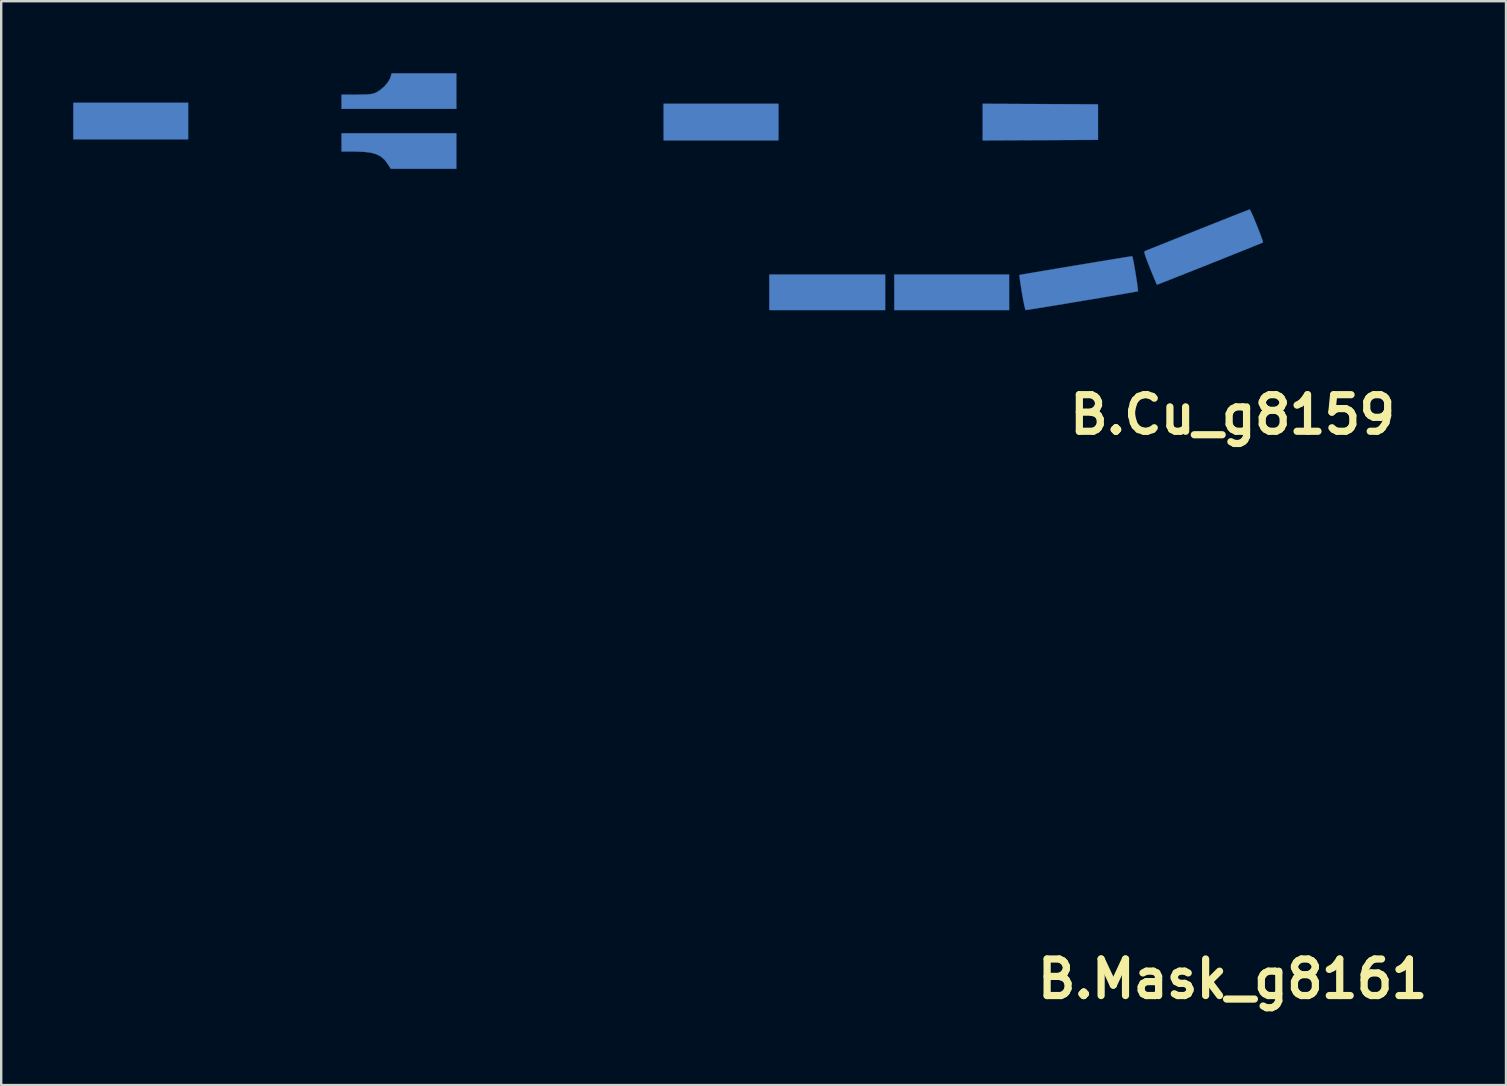
<source format=kicad_pcb>
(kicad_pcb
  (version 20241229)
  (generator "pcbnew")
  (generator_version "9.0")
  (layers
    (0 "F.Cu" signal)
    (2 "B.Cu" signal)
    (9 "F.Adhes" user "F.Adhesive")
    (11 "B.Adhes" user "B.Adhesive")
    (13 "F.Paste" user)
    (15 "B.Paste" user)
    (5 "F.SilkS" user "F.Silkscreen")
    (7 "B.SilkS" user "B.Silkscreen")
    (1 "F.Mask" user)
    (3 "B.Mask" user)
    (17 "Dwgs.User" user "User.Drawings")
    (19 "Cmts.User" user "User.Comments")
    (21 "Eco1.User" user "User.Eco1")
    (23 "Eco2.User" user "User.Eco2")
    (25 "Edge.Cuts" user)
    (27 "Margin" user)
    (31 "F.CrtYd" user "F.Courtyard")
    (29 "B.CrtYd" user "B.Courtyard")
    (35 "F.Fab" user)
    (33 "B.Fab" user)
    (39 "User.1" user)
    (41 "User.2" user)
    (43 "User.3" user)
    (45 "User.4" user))
  (footprint "B.Mask_g8161"
    (layer "F.Cu")
    (at 48.307 37.74)
    (property "Reference" "B.Mask_g8161" (at 0 0 0) (layer "F.SilkS") (effects (font (size 1.524 1.524) (thickness 0.3))))
    (attr through_hole)
    (fp_poly (pts (xy -18.923 -11.43) (xy -23.707 -11.43) (xy -23.707 -12.954) (xy -18.923 -12.954) (xy -18.923 -11.43)) (stroke (width 0.01) (type solid)) (fill yes) (layer "B.Mask"))
    (fp_poly (pts (xy -14.478 -4.36) (xy -19.304 -4.36) (xy -19.304 -5.842) (xy -14.478 -5.842) (xy -14.478 -4.36)) (stroke (width 0.01) (type solid)) (fill yes) (layer "B.Mask"))
    (fp_poly (pts (xy -9.313 -4.36) (xy -14.097 -4.36) (xy -14.097 -5.842) (xy -9.313 -5.842) (xy -9.313 -4.36)) (stroke (width 0.01) (type solid)) (fill yes) (layer "B.Mask"))
    (fp_poly (pts (xy -5.63 -11.43) (xy -10.414 -11.43) (xy -10.414 -12.954) (xy -5.63 -12.954) (xy -5.63 -11.43)) (stroke (width 0.01) (type solid)) (fill yes) (layer "B.Mask"))
    (fp_poly (pts (xy -4.169 -6.565) (xy -4.146 -6.458) (xy -4.115 -6.301) (xy -4.081 -6.108) (xy -4.045 -5.898) (xy -4.011 -5.685) (xy -3.982 -5.487) (xy -3.958 -5.321) (xy -3.945 -5.201) (xy -3.944 -5.145) (xy -3.944 -5.143) (xy -3.988 -5.133) (xy -4.105 -5.112) (xy -4.288 -5.079) (xy -4.527 -5.038) (xy -4.813 -4.989) (xy -5.136 -4.934) (xy -5.488 -4.874) (xy -5.86 -4.812) (xy -6.241 -4.748) (xy -6.624 -4.684) (xy -6.998 -4.621) (xy -7.355 -4.562) (xy -7.686 -4.508) (xy -7.981 -4.46) (xy -8.231 -4.419) (xy -8.428 -4.388) (xy -8.561 -4.368) (xy -8.622 -4.36) (xy -8.623 -4.36) (xy -8.642 -4.4) (xy -8.67 -4.51) (xy -8.705 -4.676) (xy -8.745 -4.886) (xy -8.779 -5.084) (xy -8.816 -5.32) (xy -8.848 -5.526) (xy -8.87 -5.687) (xy -8.882 -5.79) (xy -8.883 -5.821) (xy -8.841 -5.829) (xy -8.724 -5.85) (xy -8.542 -5.882) (xy -8.304 -5.922) (xy -8.019 -5.971) (xy -7.696 -6.025) (xy -7.344 -6.084) (xy -6.973 -6.147) (xy -6.591 -6.21) (xy -6.207 -6.274) (xy -5.832 -6.336) (xy -5.473 -6.396) (xy -5.141 -6.451) (xy -4.843 -6.499) (xy -4.59 -6.541) (xy -4.39 -6.573) (xy -4.253 -6.594) (xy -4.188 -6.604) (xy -4.184 -6.604) (xy -4.169 -6.565)) (stroke (width 0.01) (type solid)) (fill yes) (layer "B.Mask"))
    (fp_poly (pts (xy 0.739 -8.514) (xy 0.788 -8.413) (xy 0.854 -8.264) (xy 0.93 -8.083) (xy 1.011 -7.884) (xy 1.091 -7.684) (xy 1.162 -7.497) (xy 1.219 -7.341) (xy 1.256 -7.229) (xy 1.266 -7.179) (xy 1.265 -7.178) (xy 1.224 -7.16) (xy 1.113 -7.114) (xy 0.94 -7.044) (xy 0.715 -6.953) (xy 0.445 -6.844) (xy 0.14 -6.722) (xy -0.192 -6.589) (xy -0.542 -6.449) (xy -0.902 -6.306) (xy -1.263 -6.162) (xy -1.616 -6.022) (xy -1.953 -5.888) (xy -2.265 -5.764) (xy -2.543 -5.654) (xy -2.779 -5.562) (xy -2.965 -5.489) (xy -3.09 -5.441) (xy -3.148 -5.419) (xy -3.151 -5.419) (xy -3.171 -5.456) (xy -3.216 -5.559) (xy -3.283 -5.716) (xy -3.364 -5.914) (xy -3.442 -6.107) (xy -3.541 -6.358) (xy -3.611 -6.541) (xy -3.654 -6.669) (xy -3.673 -6.75) (xy -3.672 -6.797) (xy -3.653 -6.819) (xy -3.647 -6.822) (xy -3.596 -6.842) (xy -3.473 -6.891) (xy -3.286 -6.966) (xy -3.044 -7.063) (xy -2.752 -7.179) (xy -2.42 -7.312) (xy -2.053 -7.459) (xy -1.661 -7.616) (xy -1.449 -7.7) (xy -1.047 -7.861) (xy -0.669 -8.011) (xy -0.321 -8.149) (xy -0.012 -8.272) (xy 0.252 -8.375) (xy 0.463 -8.458) (xy 0.615 -8.516) (xy 0.698 -8.547) (xy 0.713 -8.551) (xy 0.739 -8.514)) (stroke (width 0.01) (type solid)) (fill yes) (layer "B.Mask"))
    (fp_poly (pts (xy -37.983 -19.058) (xy -37.735 -18.965) (xy -37.508 -18.81) (xy -37.314 -18.591) (xy -37.282 -18.542) (xy -37.257 -18.499) (xy -37.237 -18.453) (xy -37.221 -18.393) (xy -37.209 -18.311) (xy -37.199 -18.198) (xy -37.191 -18.044) (xy -37.184 -17.84) (xy -37.179 -17.577) (xy -37.173 -17.246) (xy -37.169 -16.933) (xy -37.148 -15.473) (xy -36.449 -15.451) (xy -36.162 -15.44) (xy -35.944 -15.426) (xy -35.78 -15.403) (xy -35.654 -15.368) (xy -35.551 -15.316) (xy -35.455 -15.243) (xy -35.35 -15.143) (xy -35.341 -15.134) (xy -35.166 -14.917) (xy -35.067 -14.685) (xy -35.036 -14.45) (xy -35.031 -14.224) (xy -33.687 -14.224) (xy -32.343 -14.224) (xy -32.343 -12.742) (xy -37.126 -12.742) (xy -37.126 -11.726) (xy -32.343 -11.726) (xy -32.343 -10.245) (xy -35.085 -10.245) (xy -35.048 -10.086) (xy -35.032 -9.845) (xy -35.085 -9.595) (xy -35.196 -9.355) (xy -35.356 -9.146) (xy -35.555 -8.991) (xy -35.584 -8.975) (xy -35.667 -8.935) (xy -35.748 -8.906) (xy -35.843 -8.886) (xy -35.968 -8.873) (xy -36.139 -8.864) (xy -36.372 -8.858) (xy -36.479 -8.855) (xy -37.169 -8.842) (xy -37.169 -7.425) (xy -37.169 -7.019) (xy -37.17 -6.688) (xy -37.175 -6.422) (xy -37.184 -6.212) (xy -37.199 -6.048) (xy -37.221 -5.921) (xy -37.252 -5.821) (xy -37.294 -5.737) (xy -37.348 -5.662) (xy -37.415 -5.584) (xy -37.465 -5.529) (xy -37.688 -5.345) (xy -37.94 -5.232) (xy -38.208 -5.19) (xy -38.476 -5.22) (xy -38.731 -5.322) (xy -38.957 -5.496) (xy -38.983 -5.523) (xy -39.06 -5.611) (xy -39.123 -5.697) (xy -39.173 -5.792) (xy -39.211 -5.904) (xy -39.24 -6.044) (xy -39.26 -6.22) (xy -39.273 -6.443) (xy -39.281 -6.721) (xy -39.284 -7.064) (xy -39.285 -7.482) (xy -39.285 -7.501) (xy -39.285 -8.848) (xy -41.402 -8.848) (xy -41.402 -7.428) (xy -41.402 -7.023) (xy -41.404 -6.693) (xy -41.408 -6.428) (xy -41.417 -6.219) (xy -41.431 -6.055) (xy -41.451 -5.928) (xy -41.48 -5.827) (xy -41.517 -5.742) (xy -41.566 -5.664) (xy -41.626 -5.584) (xy -41.656 -5.545) (xy -41.847 -5.369) (xy -42.088 -5.25) (xy -42.359 -5.194) (xy -42.641 -5.206) (xy -42.661 -5.21) (xy -42.884 -5.29) (xy -43.099 -5.433) (xy -43.278 -5.617) (xy -43.338 -5.706) (xy -43.455 -5.905) (xy -43.468 -7.377) (xy -43.48 -8.848) (xy -44.108 -8.848) (xy -44.469 -8.857) (xy -44.759 -8.886) (xy -44.988 -8.941) (xy -45.169 -9.027) (xy -45.312 -9.148) (xy -45.429 -9.309) (xy -45.49 -9.422) (xy -45.588 -9.71) (xy -45.603 -9.998) (xy -45.536 -10.276) (xy -45.39 -10.536) (xy -45.334 -10.604) (xy -45.219 -10.72) (xy -45.099 -10.808) (xy -44.958 -10.87) (xy -44.781 -10.912) (xy -44.554 -10.939) (xy -44.261 -10.954) (xy -44.164 -10.957) (xy -43.519 -10.973) (xy -43.519 -11.472) (xy -48.302 -11.472) (xy -48.302 -12.996) (xy -43.519 -12.996) (xy -43.519 -13.324) (xy -44.164 -13.344) (xy -44.478 -13.358) (xy -44.723 -13.382) (xy -44.913 -13.419) (xy -45.064 -13.475) (xy -45.19 -13.554) (xy -45.307 -13.659) (xy -45.326 -13.679) (xy -45.482 -13.891) (xy -45.571 -14.134) (xy -45.598 -14.422) (xy -45.563 -14.721) (xy -45.457 -14.975) (xy -45.279 -15.184) (xy -45.029 -15.349) (xy -44.979 -15.373) (xy -44.898 -15.403) (xy -44.802 -15.425) (xy -44.674 -15.439) (xy -44.499 -15.447) (xy -44.261 -15.45) (xy -44.143 -15.451) (xy -43.476 -15.452) (xy -43.475 -16.88) (xy -43.475 -17.293) (xy -43.473 -17.631) (xy -43.467 -17.903) (xy -43.457 -18.118) (xy -43.441 -18.286) (xy -43.417 -18.416) (xy -43.385 -18.518) (xy -43.342 -18.601) (xy -43.287 -18.674) (xy -43.218 -18.747) (xy -43.176 -18.789) (xy -42.991 -18.943) (xy -42.801 -19.034) (xy -42.571 -19.078) (xy -42.549 -19.081) (xy -42.268 -19.077) (xy -42.026 -19.008) (xy -41.804 -18.865) (xy -41.766 -18.833) (xy -41.679 -18.757) (xy -41.608 -18.689) (xy -41.552 -18.62) (xy -41.508 -18.542) (xy -41.474 -18.444) (xy -41.45 -18.318) (xy -41.433 -18.153) (xy -41.422 -17.942) (xy -41.414 -17.674) (xy -41.408 -17.34) (xy -41.402 -16.933) (xy -41.381 -15.473) (xy -39.285 -15.45) (xy -39.285 -16.798) (xy -39.285 -17.199) (xy -39.282 -17.525) (xy -39.277 -17.784) (xy -39.269 -17.986) (xy -39.259 -18.14) (xy -39.245 -18.254) (xy -39.227 -18.339) (xy -39.223 -18.354) (xy -39.107 -18.615) (xy -38.938 -18.82) (xy -38.729 -18.968) (xy -38.492 -19.058) (xy -38.239 -19.088) (xy -37.983 -19.058)) (stroke (width 0.01) (type solid)) (fill yes) (layer "B.Mask")))
  (footprint "B.Cu_g8159"
    (layer "F.Cu")
    (at 48.307 14.229)
    (property "Reference" "B.Cu_g8159" (at 0 0 0) (layer "F.SilkS") (effects (font (size 1.524 1.524) (thickness 0.3))))
    (attr through_hole)
    (fp_poly (pts (xy -43.519 -11.472) (xy -48.302 -11.472) (xy -48.302 -12.996) (xy -43.519 -12.996) (xy -43.519 -11.472)) (stroke (width 0.01) (type solid)) (fill yes) (layer "B.Cu"))
    (fp_poly (pts (xy -18.923 -11.43) (xy -23.707 -11.43) (xy -23.707 -12.954) (xy -18.923 -12.954) (xy -18.923 -11.43)) (stroke (width 0.01) (type solid)) (fill yes) (layer "B.Cu"))
    (fp_poly (pts (xy -14.478 -4.36) (xy -19.304 -4.36) (xy -19.304 -5.842) (xy -14.478 -5.842) (xy -14.478 -4.36)) (stroke (width 0.01) (type solid)) (fill yes) (layer "B.Cu"))
    (fp_poly (pts (xy -9.313 -4.36) (xy -14.097 -4.36) (xy -14.097 -5.842) (xy -9.313 -5.842) (xy -9.313 -4.36)) (stroke (width 0.01) (type solid)) (fill yes) (layer "B.Cu"))
    (fp_poly (pts (xy -5.609 -12.933) (xy -5.609 -11.451) (xy -8.012 -11.44) (xy -10.414 -11.429) (xy -10.414 -12.955) (xy -5.609 -12.933)) (stroke (width 0.01) (type solid)) (fill yes) (layer "B.Cu"))
    (fp_poly (pts (xy -32.343 -10.245) (xy -35.073 -10.245) (xy -35.191 -10.431) (xy -35.325 -10.611) (xy -35.478 -10.749) (xy -35.662 -10.848) (xy -35.89 -10.914) (xy -36.174 -10.951) (xy -36.527 -10.964) (xy -36.585 -10.964) (xy -37.126 -10.964) (xy -37.126 -11.726) (xy -32.343 -11.726) (xy -32.343 -10.245)) (stroke (width 0.01) (type solid)) (fill yes) (layer "B.Cu"))
    (fp_poly (pts (xy -32.343 -12.742) (xy -37.126 -12.742) (xy -37.126 -13.335) (xy -36.502 -13.336) (xy -36.244 -13.338) (xy -36.054 -13.344) (xy -35.915 -13.357) (xy -35.81 -13.378) (xy -35.723 -13.408) (xy -35.699 -13.418) (xy -35.52 -13.526) (xy -35.346 -13.677) (xy -35.2 -13.847) (xy -35.104 -14.013) (xy -35.091 -14.051) (xy -35.039 -14.224) (xy -32.343 -14.224) (xy -32.343 -12.742)) (stroke (width 0.01) (type solid)) (fill yes) (layer "B.Cu"))
    (fp_poly (pts (xy -4.169 -6.565) (xy -4.146 -6.458) (xy -4.115 -6.301) (xy -4.081 -6.108) (xy -4.045 -5.898) (xy -4.011 -5.685) (xy -3.982 -5.487) (xy -3.958 -5.321) (xy -3.945 -5.201) (xy -3.944 -5.145) (xy -3.944 -5.143) (xy -3.988 -5.133) (xy -4.105 -5.112) (xy -4.288 -5.079) (xy -4.527 -5.038) (xy -4.813 -4.989) (xy -5.136 -4.934) (xy -5.488 -4.874) (xy -5.86 -4.812) (xy -6.241 -4.748) (xy -6.624 -4.684) (xy -6.998 -4.621) (xy -7.355 -4.562) (xy -7.686 -4.508) (xy -7.981 -4.46) (xy -8.231 -4.419) (xy -8.428 -4.388) (xy -8.561 -4.368) (xy -8.622 -4.36) (xy -8.623 -4.36) (xy -8.642 -4.4) (xy -8.67 -4.51) (xy -8.705 -4.676) (xy -8.745 -4.886) (xy -8.779 -5.084) (xy -8.816 -5.32) (xy -8.848 -5.526) (xy -8.87 -5.687) (xy -8.882 -5.79) (xy -8.883 -5.821) (xy -8.841 -5.829) (xy -8.724 -5.85) (xy -8.542 -5.882) (xy -8.304 -5.922) (xy -8.019 -5.971) (xy -7.696 -6.025) (xy -7.344 -6.084) (xy -6.973 -6.147) (xy -6.591 -6.21) (xy -6.207 -6.274) (xy -5.832 -6.336) (xy -5.473 -6.396) (xy -5.141 -6.451) (xy -4.843 -6.499) (xy -4.59 -6.541) (xy -4.39 -6.573) (xy -4.253 -6.594) (xy -4.188 -6.604) (xy -4.184 -6.604) (xy -4.169 -6.565)) (stroke (width 0.01) (type solid)) (fill yes) (layer "B.Cu"))
    (fp_poly (pts (xy 0.739 -8.514) (xy 0.788 -8.413) (xy 0.854 -8.264) (xy 0.93 -8.083) (xy 1.011 -7.884) (xy 1.091 -7.684) (xy 1.162 -7.497) (xy 1.219 -7.341) (xy 1.256 -7.229) (xy 1.266 -7.179) (xy 1.265 -7.178) (xy 1.224 -7.16) (xy 1.113 -7.114) (xy 0.94 -7.044) (xy 0.715 -6.953) (xy 0.445 -6.844) (xy 0.14 -6.722) (xy -0.192 -6.589) (xy -0.542 -6.449) (xy -0.902 -6.306) (xy -1.263 -6.162) (xy -1.616 -6.022) (xy -1.953 -5.888) (xy -2.265 -5.764) (xy -2.543 -5.654) (xy -2.779 -5.562) (xy -2.965 -5.489) (xy -3.09 -5.441) (xy -3.148 -5.419) (xy -3.151 -5.419) (xy -3.171 -5.456) (xy -3.216 -5.559) (xy -3.283 -5.716) (xy -3.364 -5.914) (xy -3.442 -6.107) (xy -3.541 -6.358) (xy -3.611 -6.541) (xy -3.654 -6.669) (xy -3.673 -6.75) (xy -3.672 -6.797) (xy -3.653 -6.819) (xy -3.647 -6.822) (xy -3.596 -6.842) (xy -3.473 -6.891) (xy -3.286 -6.966) (xy -3.044 -7.063) (xy -2.752 -7.179) (xy -2.42 -7.312) (xy -2.053 -7.459) (xy -1.661 -7.616) (xy -1.449 -7.7) (xy -1.047 -7.861) (xy -0.669 -8.011) (xy -0.321 -8.149) (xy -0.012 -8.272) (xy 0.252 -8.375) (xy 0.463 -8.458) (xy 0.615 -8.516) (xy 0.698 -8.547) (xy 0.713 -8.551) (xy 0.739 -8.514)) (stroke (width 0.01) (type solid)) (fill yes) (layer "B.Cu")))
  (gr_rect
    (start -3 -3)
    (end 59.697 42.158)
    (stroke (width 0.1) (type default))
    (fill no)
    (layer "Edge.Cuts")))
</source>
